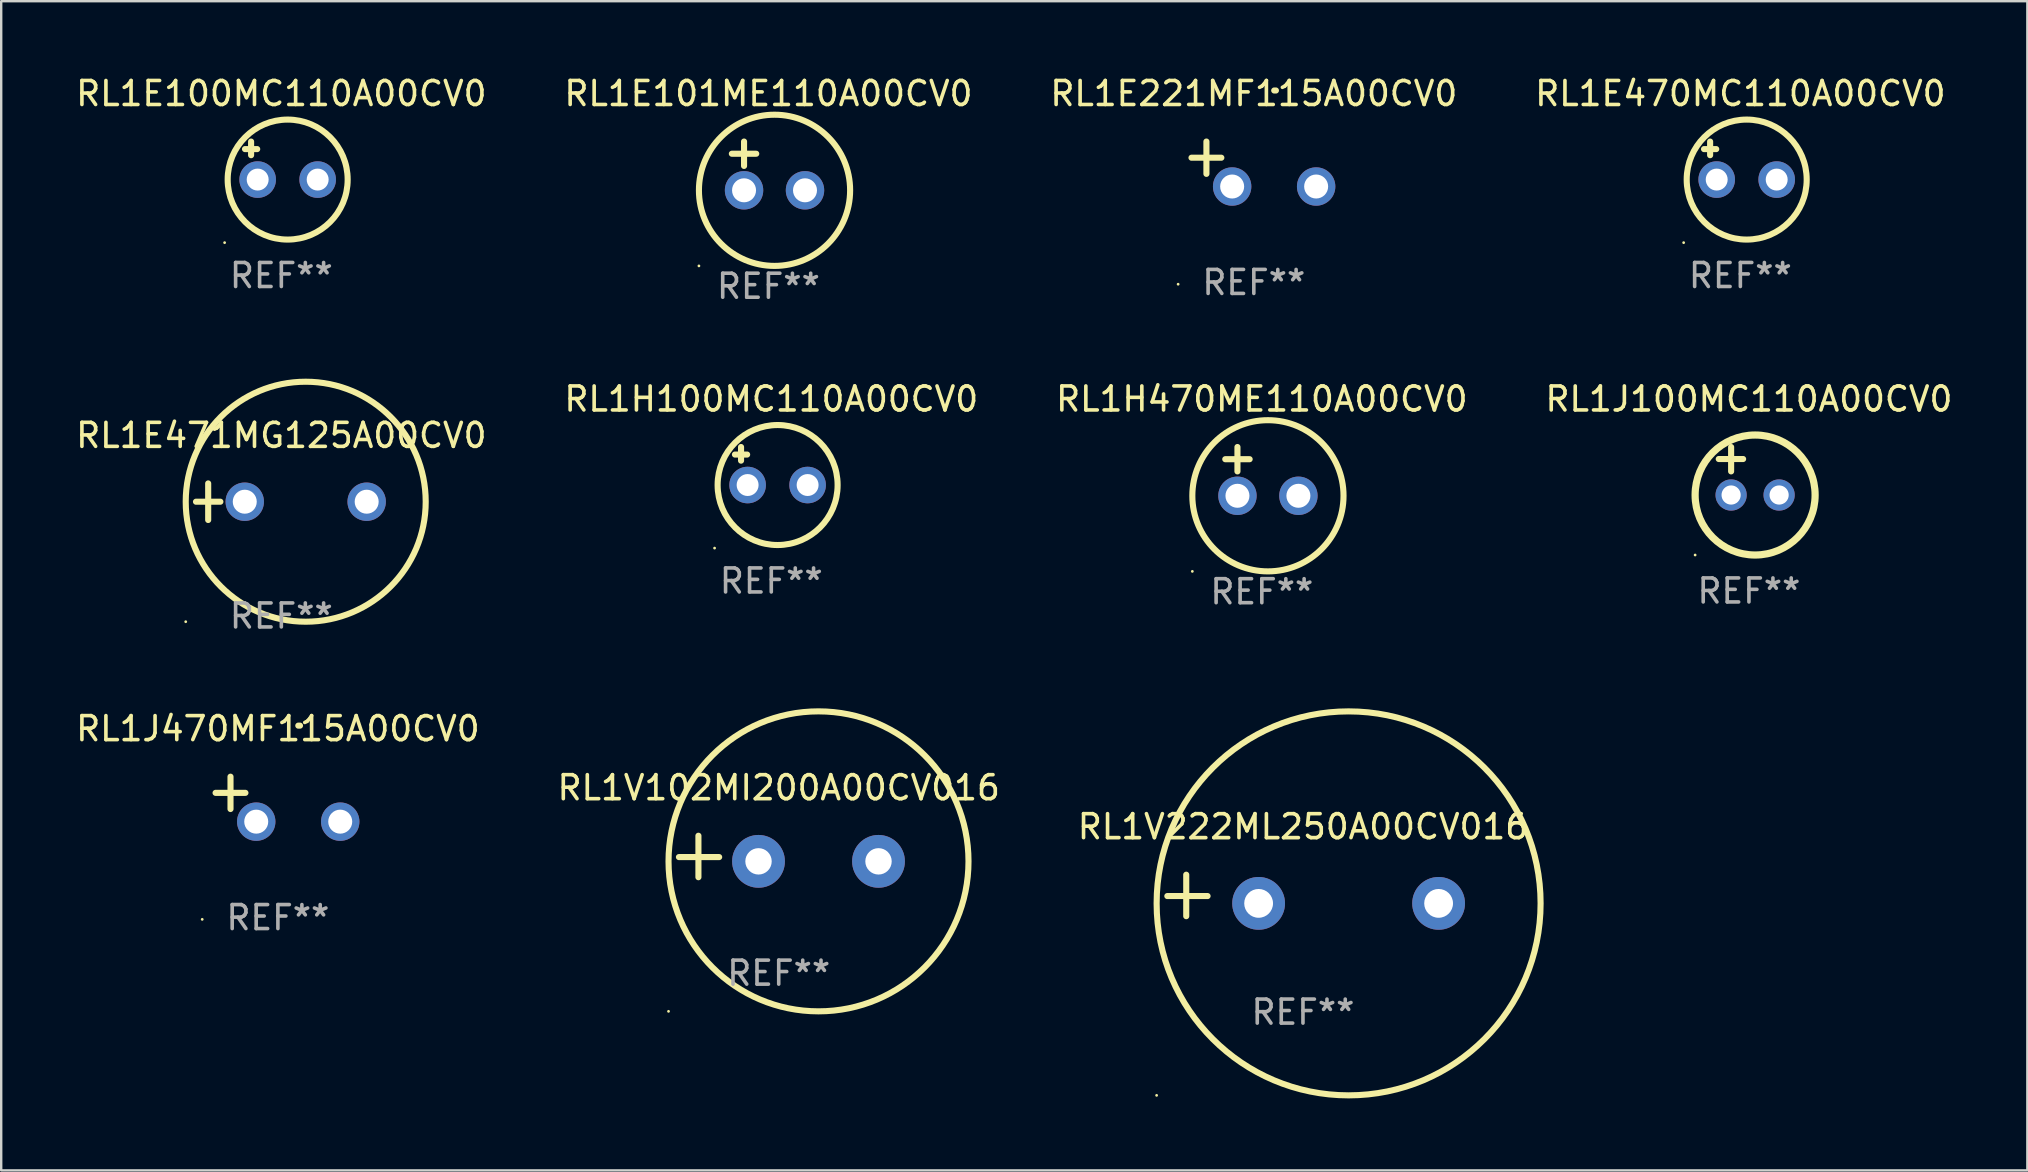
<source format=kicad_pcb>
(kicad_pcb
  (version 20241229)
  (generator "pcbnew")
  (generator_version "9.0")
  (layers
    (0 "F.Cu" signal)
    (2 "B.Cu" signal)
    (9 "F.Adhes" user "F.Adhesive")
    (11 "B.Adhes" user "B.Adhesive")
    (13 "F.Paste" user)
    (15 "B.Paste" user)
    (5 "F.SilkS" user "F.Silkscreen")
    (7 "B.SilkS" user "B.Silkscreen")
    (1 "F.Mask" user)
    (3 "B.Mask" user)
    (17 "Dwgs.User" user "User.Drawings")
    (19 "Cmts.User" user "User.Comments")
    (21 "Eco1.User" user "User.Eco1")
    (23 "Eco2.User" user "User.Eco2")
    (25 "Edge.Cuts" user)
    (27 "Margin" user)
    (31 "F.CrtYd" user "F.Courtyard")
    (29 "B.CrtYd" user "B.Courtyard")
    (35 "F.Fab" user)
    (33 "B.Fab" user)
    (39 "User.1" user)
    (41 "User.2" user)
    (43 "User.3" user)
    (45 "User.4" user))
  (footprint "RL1E470MC110A00CV0"
    (layer "F.Cu")
    (at 69.47 3.641)
    (property "Reference" "RL1E470MC110A00CV0" (at 0 -2.792 0) (layer "F.SilkS") (effects (font (size 1 1) (thickness 0.15))))
    (attr through_hole)
    (fp_line (start -1.514 -0.478) (end -1.006 -0.478) (stroke (width 0.254) (type solid)) (layer "F.SilkS"))
    (fp_line (start -1.26 -0.792) (end -1.26 -0.224) (stroke (width 0.254) (type solid)) (layer "F.SilkS"))
    (fp_circle (center -2.363 3.42) (end -2.333 3.42) (stroke (width 0.06) (type solid)) (fill no) (layer "F.SilkS"))
    (fp_circle (center 0.264 0.792) (end 2.764 0.792) (stroke (width 0.254) (type solid)) (fill no) (layer "F.SilkS"))
    (fp_text user "REF**" (at 0 4.792 0) (layer "F.Fab") (effects (font (size 1 1) (thickness 0.15))))
    (pad "1" thru_hole circle (at -0.986 0.792) (size 1.524 1.524) (drill 0.914) (layers "*.Cu" "*.Mask"))
    (pad "2" thru_hole circle (at 1.514 0.792) (size 1.524 1.524) (drill 0.914) (layers "*.Cu" "*.Mask")))
  (footprint "RL1E100MC110A00CV0"
    (layer "F.Cu")
    (at 8.673 3.641)
    (property "Reference" "RL1E100MC110A00CV0" (at 0 -2.792 0) (layer "F.SilkS") (effects (font (size 1 1) (thickness 0.15))))
    (attr through_hole)
    (fp_line (start -1.514 -0.478) (end -1.006 -0.478) (stroke (width 0.254) (type solid)) (layer "F.SilkS"))
    (fp_line (start -1.26 -0.792) (end -1.26 -0.224) (stroke (width 0.254) (type solid)) (layer "F.SilkS"))
    (fp_circle (center -2.363 3.42) (end -2.333 3.42) (stroke (width 0.06) (type solid)) (fill no) (layer "F.SilkS"))
    (fp_circle (center 0.264 0.792) (end 2.764 0.792) (stroke (width 0.254) (type solid)) (fill no) (layer "F.SilkS"))
    (fp_text user "REF**" (at 0 4.792 0) (layer "F.Fab") (effects (font (size 1 1) (thickness 0.15))))
    (pad "1" thru_hole circle (at -0.986 0.792) (size 1.524 1.524) (drill 0.914) (layers "*.Cu" "*.Mask"))
    (pad "2" thru_hole circle (at 1.514 0.792) (size 1.524 1.524) (drill 0.914) (layers "*.Cu" "*.Mask")))
  (footprint "RL1J100MC110A00CV0"
    (layer "F.Cu")
    (at 69.827 16.577)
    (property "Reference" "RL1J100MC110A00CV0" (at 0 -3 0) (layer "F.SilkS") (effects (font (size 1 1) (thickness 0.15))))
    (attr through_hole)
    (fp_line (start -1.258 -0.5) (end -0.242 -0.5) (stroke (width 0.254) (type solid)) (layer "F.SilkS"))
    (fp_line (start -0.742 -1) (end -0.742 0.016) (stroke (width 0.254) (type solid)) (layer "F.SilkS"))
    (fp_circle (center -2.242 3.5) (end -2.212 3.5) (stroke (width 0.06) (type solid)) (fill no) (layer "F.SilkS"))
    (fp_circle (center 0.258 1) (end 2.758 1) (stroke (width 0.3) (type solid)) (fill no) (layer "F.SilkS"))
    (fp_text user "REF**" (at 0 5 0) (layer "F.Fab") (effects (font (size 1 1) (thickness 0.15))))
    (pad "1" thru_hole circle (at -0.742 1) (size 1.3 1.3) (drill 0.8) (layers "*.Cu" "*.Mask"))
    (pad "2" thru_hole circle (at 1.258 1) (size 1.3 1.3) (drill 0.8) (layers "*.Cu" "*.Mask")))
  (footprint "RL1E221MF115A00CV0"
    (layer "F.Cu")
    (at 49.196 3.785)
    (property "Reference" "RL1E221MF115A00CV0" (at 0 -2.937 0) (layer "F.SilkS") (effects (font (size 1 1) (thickness 0.15))))
    (attr through_hole)
    (fp_line (start -1.975 0.41) (end -1.975 -0.937) (stroke (width 0.254) (type solid)) (layer "F.SilkS"))
    (fp_line (start -1.353 -0.263) (end -2.597 -0.263) (stroke (width 0.254) (type solid)) (layer "F.SilkS"))
    (fp_arc (start 0.849809 -3.063957) (mid 0.885369 -3.064114) (end 0.920929 -3.063957) (stroke (width 0.254001) (type solid)) (layer "F.SilkS"))
    (fp_circle (center -3.154 5.008) (end -3.124 5.008) (stroke (width 0.06) (type solid)) (fill no) (layer "F.SilkS"))
    (fp_text user "REF**" (at 0 4.937 0) (layer "F.Fab") (effects (font (size 1 1) (thickness 0.15))))
    (pad "1" thru_hole circle (at -0.903 0.937) (size 1.6 1.6) (drill 1) (layers "*.Cu" "*.Mask"))
    (pad "2" thru_hole circle (at 2.597 0.937) (size 1.6 1.6) (drill 1) (layers "*.Cu" "*.Mask")))
  (footprint "RL1H470ME110A00CV0"
    (layer "F.Cu")
    (at 49.53 16.593)
    (property "Reference" "RL1H470ME110A00CV0" (at 0 -3.016 0) (layer "F.SilkS") (effects (font (size 1 1) (thickness 0.15))))
    (attr through_hole)
    (fp_line (start -1.524 -0.508) (end -0.508 -0.508) (stroke (width 0.254) (type solid)) (layer "F.SilkS"))
    (fp_line (start -1.016 -1.016) (end -1.016 0) (stroke (width 0.254) (type solid)) (layer "F.SilkS"))
    (fp_circle (center -2.896 4.166) (end -2.866 4.166) (stroke (width 0.06) (type solid)) (fill no) (layer "F.SilkS"))
    (fp_circle (center 0.254 1.016) (end 3.404 1.016) (stroke (width 0.254) (type solid)) (fill no) (layer "F.SilkS"))
    (fp_text user "REF**" (at 0 5.016 0) (layer "F.Fab") (effects (font (size 1 1) (thickness 0.15))))
    (pad "1" thru_hole circle (at -1.016 1.016) (size 1.6 1.6) (drill 1) (layers "*.Cu" "*.Mask"))
    (pad "2" thru_hole circle (at 1.524 1.016) (size 1.6 1.6) (drill 1) (layers "*.Cu" "*.Mask")))
  (footprint "RL1V102MI200A00CV016"
    (layer "F.Cu")
    (at 29.399 32.639)
    (property "Reference" "RL1V102MI200A00CV016" (at 0 -2.864 0) (layer "F.SilkS") (effects (font (size 1 1) (thickness 0.15))))
    (attr through_hole)
    (fp_line (start -3.346 0.864) (end -3.346 -0.864) (stroke (width 0.254) (type solid)) (layer "F.SilkS"))
    (fp_line (start -2.482 0.025) (end -4.158 0.025) (stroke (width 0.254) (type solid)) (layer "F.SilkS"))
    (fp_circle (center -4.592 6.453) (end -4.562 6.453) (stroke (width 0.06) (type solid)) (fill no) (layer "F.SilkS"))
    (fp_circle (center 1.658 0.203) (end 7.908 0.203) (stroke (width 0.254) (type solid)) (fill no) (layer "F.SilkS"))
    (fp_text user "REF**" (at 0 4.864 0) (layer "F.Fab") (effects (font (size 1 1) (thickness 0.15))))
    (pad "1" thru_hole circle (at -0.842 0.203) (size 2.2 2.2) (drill 1.1) (layers "*.Cu" "*.Mask"))
    (pad "2" thru_hole circle (at 4.158 0.203) (size 2.2 2.2) (drill 1.1) (layers "*.Cu" "*.Mask")))
  (footprint "RL1E471MG125A00CV0"
    (layer "F.Cu")
    (at 8.673 17.856)
    (property "Reference" "RL1E471MG125A00CV0" (at 0 -2.762 0) (layer "F.SilkS") (effects (font (size 1 1) (thickness 0.15))))
    (attr through_hole)
    (fp_line (start -3.556 0) (end -2.54 0) (stroke (width 0.254) (type solid)) (layer "F.SilkS"))
    (fp_line (start -3.048 -0.762) (end -3.048 0.762) (stroke (width 0.254) (type solid)) (layer "F.SilkS"))
    (fp_circle (center -3.984 5) (end -3.954 5) (stroke (width 0.06) (type solid)) (fill no) (layer "F.SilkS"))
    (fp_circle (center 1.016 0) (end 6.016 0) (stroke (width 0.254) (type solid)) (fill no) (layer "F.SilkS"))
    (fp_text user "REF**" (at 0 4.762 0) (layer "F.Fab") (effects (font (size 1 1) (thickness 0.15))))
    (pad "1" thru_hole circle (at -1.524 0) (size 1.6 1.6) (drill 1) (layers "*.Cu" "*.Mask"))
    (pad "2" thru_hole circle (at 3.556 0) (size 1.6 1.6) (drill 1) (layers "*.Cu" "*.Mask")))
  (footprint "RL1V222ML250A00CV016"
    (layer "F.Cu")
    (at 51.244 34.263)
    (property "Reference" "RL1V222ML250A00CV016" (at 0 -2.864 0) (layer "F.SilkS") (effects (font (size 1 1) (thickness 0.15))))
    (attr through_hole)
    (fp_line (start -4.864 0.864) (end -4.864 -0.864) (stroke (width 0.254) (type solid)) (layer "F.SilkS"))
    (fp_line (start -3.975 0.025) (end -5.652 0.025) (stroke (width 0.254) (type solid)) (layer "F.SilkS"))
    (fp_circle (center -6.098 8.33) (end -6.068 8.33) (stroke (width 0.06) (type solid)) (fill no) (layer "F.SilkS"))
    (fp_circle (center 1.902 0.33) (end 9.902 0.33) (stroke (width 0.254) (type solid)) (fill no) (layer "F.SilkS"))
    (fp_text user "REF**" (at 0 4.864 0) (layer "F.Fab") (effects (font (size 1 1) (thickness 0.15))))
    (pad "1" thru_hole circle (at -1.848 0.33) (size 2.2 2.2) (drill 1.2) (layers "*.Cu" "*.Mask"))
    (pad "2" thru_hole circle (at 5.652 0.33) (size 2.2 2.2) (drill 1.2) (layers "*.Cu" "*.Mask")))
  (footprint "RL1H100MC110A00CV0"
    (layer "F.Cu")
    (at 29.089 16.369)
    (property "Reference" "RL1H100MC110A00CV0" (at 0 -2.792 0) (layer "F.SilkS") (effects (font (size 1 1) (thickness 0.15))))
    (attr through_hole)
    (fp_line (start -1.514 -0.478) (end -1.006 -0.478) (stroke (width 0.254) (type solid)) (layer "F.SilkS"))
    (fp_line (start -1.26 -0.792) (end -1.26 -0.224) (stroke (width 0.254) (type solid)) (layer "F.SilkS"))
    (fp_circle (center -2.363 3.42) (end -2.333 3.42) (stroke (width 0.06) (type solid)) (fill no) (layer "F.SilkS"))
    (fp_circle (center 0.264 0.792) (end 2.764 0.792) (stroke (width 0.254) (type solid)) (fill no) (layer "F.SilkS"))
    (fp_text user "REF**" (at 0 4.792 0) (layer "F.Fab") (effects (font (size 1 1) (thickness 0.15))))
    (pad "1" thru_hole circle (at -0.986 0.792) (size 1.524 1.524) (drill 0.914) (layers "*.Cu" "*.Mask"))
    (pad "2" thru_hole circle (at 1.514 0.792) (size 1.524 1.524) (drill 0.914) (layers "*.Cu" "*.Mask")))
  (footprint "RL1J470MF115A00CV0"
    (layer "F.Cu")
    (at 8.53 30.251)
    (property "Reference" "RL1J470MF115A00CV0" (at 0 -2.937 0) (layer "F.SilkS") (effects (font (size 1 1) (thickness 0.15))))
    (attr through_hole)
    (fp_line (start -1.975 0.41) (end -1.975 -0.937) (stroke (width 0.254) (type solid)) (layer "F.SilkS"))
    (fp_line (start -1.353 -0.263) (end -2.597 -0.263) (stroke (width 0.254) (type solid)) (layer "F.SilkS"))
    (fp_arc (start 0.849809 -3.063957) (mid 0.885369 -3.064114) (end 0.920929 -3.063957) (stroke (width 0.254001) (type solid)) (layer "F.SilkS"))
    (fp_circle (center -3.154 5.008) (end -3.124 5.008) (stroke (width 0.06) (type solid)) (fill no) (layer "F.SilkS"))
    (fp_text user "REF**" (at 0 4.937 0) (layer "F.Fab") (effects (font (size 1 1) (thickness 0.15))))
    (pad "1" thru_hole circle (at -0.903 0.937) (size 1.6 1.6) (drill 1) (layers "*.Cu" "*.Mask"))
    (pad "2" thru_hole circle (at 2.597 0.937) (size 1.6 1.6) (drill 1) (layers "*.Cu" "*.Mask")))
  (footprint "RL1E101ME110A00CV0"
    (layer "F.Cu")
    (at 28.97 3.864)
    (property "Reference" "RL1E101ME110A00CV0" (at 0 -3.016 0) (layer "F.SilkS") (effects (font (size 1 1) (thickness 0.15))))
    (attr through_hole)
    (fp_line (start -1.524 -0.508) (end -0.508 -0.508) (stroke (width 0.254) (type solid)) (layer "F.SilkS"))
    (fp_line (start -1.016 -1.016) (end -1.016 0) (stroke (width 0.254) (type solid)) (layer "F.SilkS"))
    (fp_circle (center -2.896 4.166) (end -2.866 4.166) (stroke (width 0.06) (type solid)) (fill no) (layer "F.SilkS"))
    (fp_circle (center 0.254 1.016) (end 3.404 1.016) (stroke (width 0.254) (type solid)) (fill no) (layer "F.SilkS"))
    (fp_text user "REF**" (at 0 5.016 0) (layer "F.Fab") (effects (font (size 1 1) (thickness 0.15))))
    (pad "1" thru_hole circle (at -1.016 1.016) (size 1.6 1.6) (drill 1) (layers "*.Cu" "*.Mask"))
    (pad "2" thru_hole circle (at 1.524 1.016) (size 1.6 1.6) (drill 1) (layers "*.Cu" "*.Mask")))
  (gr_rect
    (start -3 -3)
    (end 81.429 45.72)
    (stroke (width 0.1) (type default))
    (fill no)
    (layer "Edge.Cuts")))
</source>
